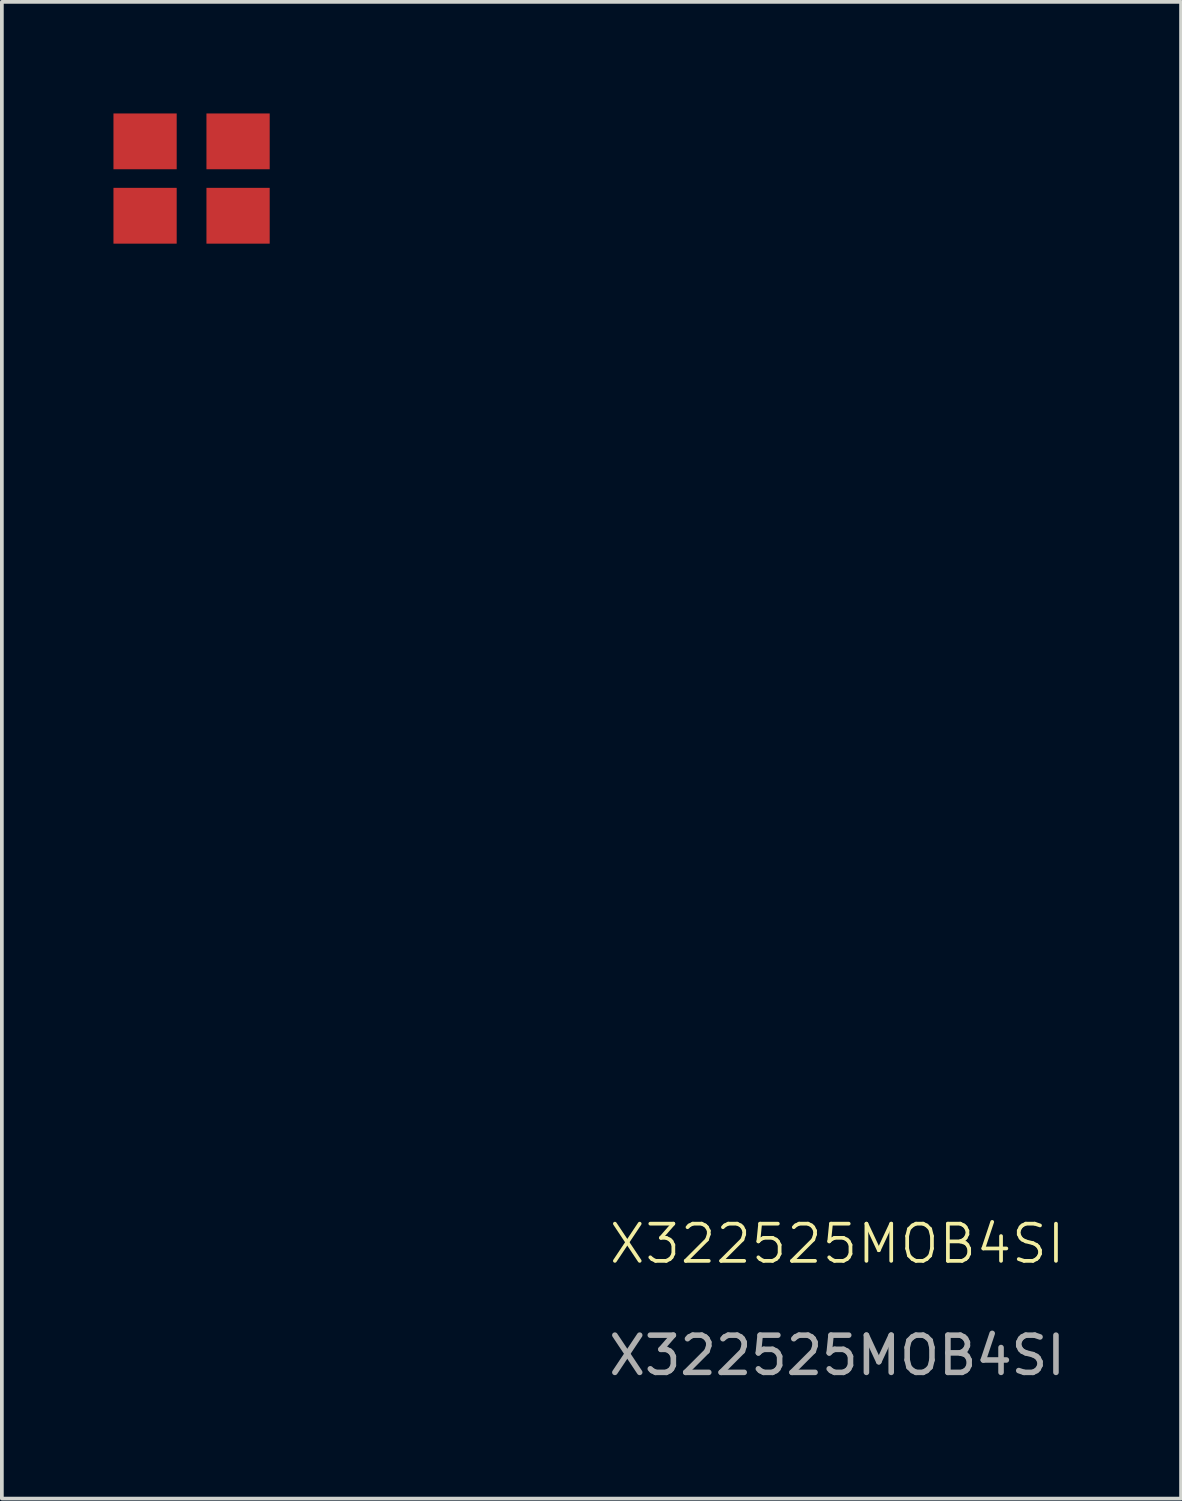
<source format=kicad_pcb>
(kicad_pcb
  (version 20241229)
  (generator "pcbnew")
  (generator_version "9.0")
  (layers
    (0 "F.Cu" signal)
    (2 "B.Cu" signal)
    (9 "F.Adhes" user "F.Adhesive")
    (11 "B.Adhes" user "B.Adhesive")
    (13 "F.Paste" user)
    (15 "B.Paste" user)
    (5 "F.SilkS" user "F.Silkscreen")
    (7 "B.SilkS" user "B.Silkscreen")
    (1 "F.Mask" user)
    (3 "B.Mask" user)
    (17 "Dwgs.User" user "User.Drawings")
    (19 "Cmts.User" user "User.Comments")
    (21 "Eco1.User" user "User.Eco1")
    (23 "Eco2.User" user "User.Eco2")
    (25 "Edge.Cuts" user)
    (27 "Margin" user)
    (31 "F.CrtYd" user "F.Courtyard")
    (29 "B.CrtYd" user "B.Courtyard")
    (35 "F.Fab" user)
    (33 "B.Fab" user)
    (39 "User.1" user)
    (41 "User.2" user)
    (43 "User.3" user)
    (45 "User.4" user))
  (footprint "X322525MOB4SI"
    (layer "F.Cu")
    (at 3.2 0.9)
    (property "Reference" "X322525MOB4SI" (at 16.256 29.488 0) (unlocked yes) (layer "F.SilkS") (effects (font (size 1 1) (thickness 0.1))))
    (attr smd)
    (fp_text user "${REFERENCE}" (at 16.256 32.488 0) (unlocked yes) (layer "F.Fab") (effects (font (size 1 1) (thickness 0.15))))
    (pad "1" smd rect (at -2.35 1.85) (size 1.7 1.5) (layers "F.Cu" "F.Mask" "F.Paste"))
    (pad "2" smd rect (at 0.15 1.85) (size 1.7 1.5) (layers "F.Cu" "F.Mask" "F.Paste"))
    (pad "3" smd rect (at 0.15 -0.15) (size 1.7 1.5) (layers "F.Cu" "F.Mask" "F.Paste"))
    (pad "4" smd rect (at -2.35 -0.15) (size 1.7 1.5) (layers "F.Cu" "F.Mask" "F.Paste")))
  (gr_rect
    (start -3 -3)
    (end 28.7 37.236)
    (stroke (width 0.1) (type default))
    (fill no)
    (layer "Edge.Cuts")))
</source>
